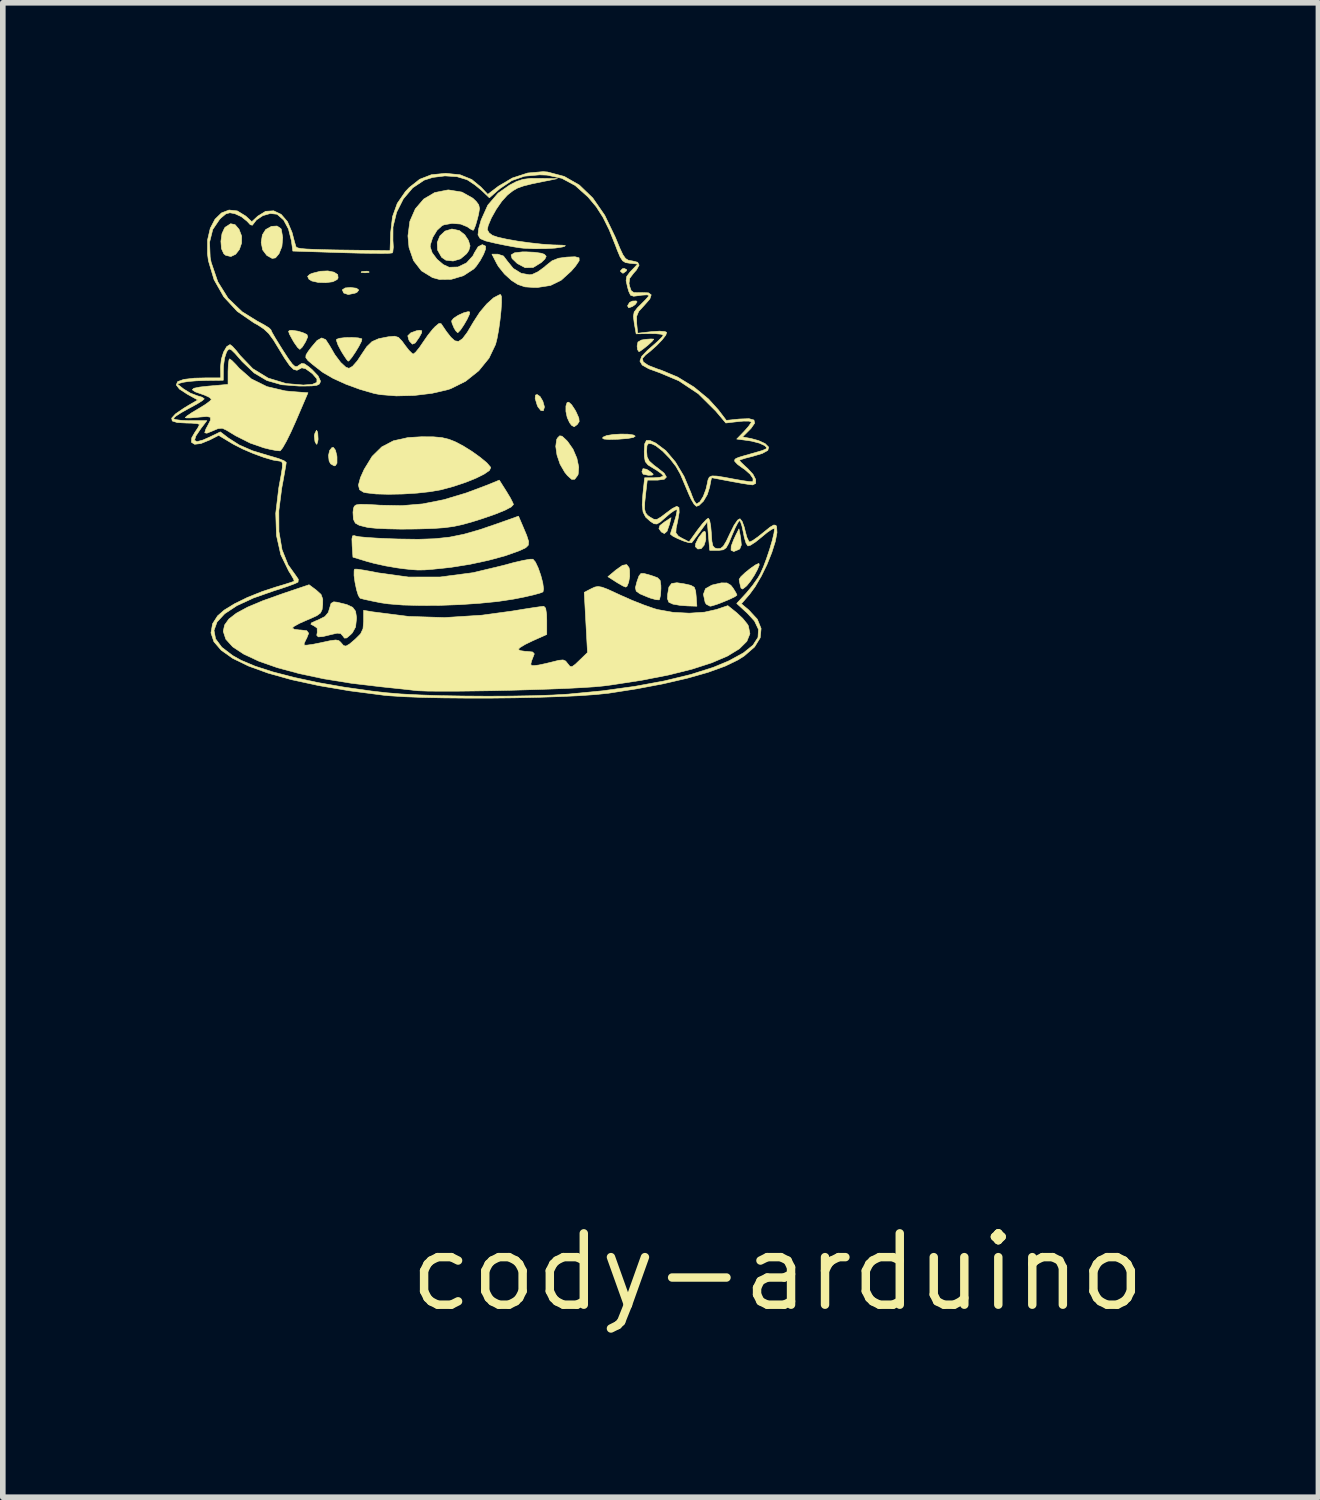
<source format=kicad_pcb>
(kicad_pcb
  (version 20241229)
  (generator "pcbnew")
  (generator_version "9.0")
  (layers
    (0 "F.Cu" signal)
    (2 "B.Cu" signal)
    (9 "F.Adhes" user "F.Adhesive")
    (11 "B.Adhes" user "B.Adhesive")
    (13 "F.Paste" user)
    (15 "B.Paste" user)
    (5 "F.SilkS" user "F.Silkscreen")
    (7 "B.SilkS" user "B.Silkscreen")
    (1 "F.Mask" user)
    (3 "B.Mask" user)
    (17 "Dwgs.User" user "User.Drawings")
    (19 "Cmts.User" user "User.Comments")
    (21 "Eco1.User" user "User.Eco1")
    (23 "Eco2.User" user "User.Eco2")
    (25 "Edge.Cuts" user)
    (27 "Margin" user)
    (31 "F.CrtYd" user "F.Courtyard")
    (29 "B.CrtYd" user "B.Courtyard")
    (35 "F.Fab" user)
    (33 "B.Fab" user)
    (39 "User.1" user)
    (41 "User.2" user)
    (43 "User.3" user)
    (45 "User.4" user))
  (footprint "cody-arduino"
    (layer "F.Cu")
    (at 10.788 19.593)
    (property "Reference" "cody-arduino" (at 0 0 0) (layer "F.SilkS") (effects (font (size 1.27 1.27) (thickness 0.15))))
    (attr through_hole)
    (fp_poly (pts (xy -7.27 -17.808) (xy -7.269 -17.794) (xy -7.335 -17.788) (xy -7.345 -17.788) (xy -7.41 -17.794) (xy -7.404 -17.807) (xy -7.397 -17.809) (xy -7.305 -17.816) (xy -7.27 -17.808)) (stroke (width 0.01) (type solid)) (fill yes) (layer "F.SilkS"))
    (fp_poly (pts (xy -2.684 -17.844) (xy -2.688 -17.822) (xy -2.742 -17.782) (xy -2.754 -17.78) (xy -2.793 -17.812) (xy -2.794 -17.822) (xy -2.76 -17.859) (xy -2.728 -17.865) (xy -2.684 -17.844)) (stroke (width 0.01) (type solid)) (fill yes) (layer "F.SilkS"))
    (fp_poly (pts (xy -2.329 -14.29) (xy -2.262 -14.247) (xy -2.21 -14.202) (xy -2.228 -14.186) (xy -2.297 -14.183) (xy -2.39 -14.202) (xy -2.413 -14.245) (xy -2.393 -14.302) (xy -2.329 -14.29)) (stroke (width 0.01) (type solid)) (fill yes) (layer "F.SilkS"))
    (fp_poly (pts (xy -7.493 -17.513) (xy -7.452 -17.481) (xy -7.483 -17.441) (xy -7.518 -17.425) (xy -7.639 -17.4) (xy -7.719 -17.427) (xy -7.746 -17.484) (xy -7.694 -17.518) (xy -7.599 -17.526) (xy -7.493 -17.513)) (stroke (width 0.01) (type solid)) (fill yes) (layer "F.SilkS"))
    (fp_poly (pts (xy -2.498 -17.27) (xy -2.531 -17.223) (xy -2.582 -17.187) (xy -2.648 -17.164) (xy -2.667 -17.197) (xy -2.667 -17.202) (xy -2.632 -17.26) (xy -2.582 -17.284) (xy -2.515 -17.287) (xy -2.498 -17.27)) (stroke (width 0.01) (type solid)) (fill yes) (layer "F.SilkS"))
    (fp_poly (pts (xy -1.923 -13.308) (xy -1.965 -13.187) (xy -2.013 -13.146) (xy -2.066 -13.174) (xy -2.11 -13.235) (xy -2.093 -13.288) (xy -2.007 -13.355) (xy -2.005 -13.356) (xy -1.893 -13.429) (xy -1.923 -13.308)) (stroke (width 0.01) (type solid)) (fill yes) (layer "F.SilkS"))
    (fp_poly (pts (xy -8.188 -14.958) (xy -8.182 -14.933) (xy -8.176 -14.825) (xy -8.182 -14.785) (xy -8.199 -14.733) (xy -8.221 -14.76) (xy -8.232 -14.785) (xy -8.244 -14.886) (xy -8.232 -14.933) (xy -8.204 -14.985) (xy -8.188 -14.958)) (stroke (width 0.01) (type solid)) (fill yes) (layer "F.SilkS"))
    (fp_poly (pts (xy -0.654 -13.066) (xy -0.643 -12.942) (xy -0.669 -12.876) (xy -0.682 -12.865) (xy -0.777 -12.826) (xy -0.826 -12.85) (xy -0.823 -12.922) (xy -0.78 -13.035) (xy -0.739 -13.123) (xy -0.685 -13.229) (xy -0.654 -13.066)) (stroke (width 0.01) (type solid)) (fill yes) (layer "F.SilkS"))
    (fp_poly (pts (xy -4.225 -15.585) (xy -4.176 -15.502) (xy -4.149 -15.407) (xy -4.149 -15.391) (xy -4.168 -15.331) (xy -4.212 -15.337) (xy -4.263 -15.401) (xy -4.277 -15.433) (xy -4.313 -15.553) (xy -4.306 -15.611) (xy -4.277 -15.621) (xy -4.225 -15.585)) (stroke (width 0.01) (type solid)) (fill yes) (layer "F.SilkS"))
    (fp_poly (pts (xy -1.277 -13.151) (xy -1.275 -13.034) (xy -1.306 -12.937) (xy -1.358 -12.877) (xy -1.418 -12.871) (xy -1.461 -12.912) (xy -1.455 -12.97) (xy -1.409 -13.063) (xy -1.39 -13.091) (xy -1.326 -13.173) (xy -1.292 -13.188) (xy -1.277 -13.151)) (stroke (width 0.01) (type solid)) (fill yes) (layer "F.SilkS"))
    (fp_poly (pts (xy -7.867 -14.629) (xy -7.842 -14.53) (xy -7.84 -14.506) (xy -7.84 -14.398) (xy -7.87 -14.354) (xy -7.89 -14.351) (xy -7.952 -14.386) (xy -7.98 -14.436) (xy -7.991 -14.535) (xy -7.971 -14.625) (xy -7.929 -14.677) (xy -7.902 -14.678) (xy -7.867 -14.629)) (stroke (width 0.01) (type solid)) (fill yes) (layer "F.SilkS"))
    (fp_poly (pts (xy -6.33 -16.756) (xy -6.333 -16.719) (xy -6.378 -16.637) (xy -6.446 -16.539) (xy -6.498 -16.517) (xy -6.547 -16.568) (xy -6.561 -16.593) (xy -6.58 -16.666) (xy -6.528 -16.717) (xy -6.523 -16.72) (xy -6.424 -16.756) (xy -6.372 -16.764) (xy -6.33 -16.756)) (stroke (width 0.01) (type solid)) (fill yes) (layer "F.SilkS"))
    (fp_poly (pts (xy -2.642 -12.54) (xy -2.632 -12.491) (xy -2.63 -12.385) (xy -2.648 -12.28) (xy -2.678 -12.207) (xy -2.7 -12.193) (xy -2.752 -12.214) (xy -2.844 -12.267) (xy -2.874 -12.286) (xy -3.018 -12.378) (xy -2.876 -12.497) (xy -2.759 -12.58) (xy -2.684 -12.594) (xy -2.642 -12.54)) (stroke (width 0.01) (type solid)) (fill yes) (layer "F.SilkS"))
    (fp_poly (pts (xy -2.203 -16.607) (xy -2.201 -16.605) (xy -2.231 -16.567) (xy -2.301 -16.503) (xy -2.383 -16.437) (xy -2.448 -16.391) (xy -2.466 -16.384) (xy -2.49 -16.419) (xy -2.498 -16.484) (xy -2.483 -16.555) (xy -2.423 -16.59) (xy -2.349 -16.603) (xy -2.252 -16.61) (xy -2.203 -16.607)) (stroke (width 0.01) (type solid)) (fill yes) (layer "F.SilkS"))
    (fp_poly (pts (xy -7.894 -17.799) (xy -7.827 -17.756) (xy -7.82 -17.695) (xy -7.838 -17.667) (xy -7.914 -17.628) (xy -8.038 -17.612) (xy -8.174 -17.616) (xy -8.289 -17.642) (xy -8.339 -17.673) (xy -8.363 -17.724) (xy -8.322 -17.761) (xy -8.278 -17.779) (xy -8.136 -17.815) (xy -8.003 -17.821) (xy -7.894 -17.799)) (stroke (width 0.01) (type solid)) (fill yes) (layer "F.SilkS"))
    (fp_poly (pts (xy -4.327 -18.153) (xy -4.205 -18.136) (xy -4.149 -18.117) (xy -4.116 -18.081) (xy -4.139 -18.033) (xy -4.204 -17.97) (xy -4.348 -17.882) (xy -4.49 -17.878) (xy -4.63 -17.952) (xy -4.724 -18.042) (xy -4.741 -18.105) (xy -4.68 -18.143) (xy -4.539 -18.16) (xy -4.477 -18.16) (xy -4.327 -18.153)) (stroke (width 0.01) (type solid)) (fill yes) (layer "F.SilkS"))
    (fp_poly (pts (xy -2.661 -14.915) (xy -2.565 -14.901) (xy -2.531 -14.88) (xy -2.564 -14.857) (xy -2.666 -14.838) (xy -2.822 -14.826) (xy -2.836 -14.825) (xy -2.999 -14.821) (xy -3.088 -14.828) (xy -3.114 -14.845) (xy -3.103 -14.863) (xy -3.038 -14.891) (xy -2.924 -14.909) (xy -2.79 -14.917) (xy -2.661 -14.915)) (stroke (width 0.01) (type solid)) (fill yes) (layer "F.SilkS"))
    (fp_poly (pts (xy -9.655 -18.645) (xy -9.584 -18.563) (xy -9.537 -18.441) (xy -9.538 -18.316) (xy -9.577 -18.202) (xy -9.644 -18.117) (xy -9.728 -18.077) (xy -9.82 -18.098) (xy -9.855 -18.127) (xy -9.896 -18.217) (xy -9.906 -18.349) (xy -9.887 -18.484) (xy -9.841 -18.585) (xy -9.829 -18.599) (xy -9.733 -18.661) (xy -9.655 -18.645)) (stroke (width 0.01) (type solid)) (fill yes) (layer "F.SilkS"))
    (fp_poly (pts (xy -5.661 -18.539) (xy -5.565 -18.463) (xy -5.5 -18.364) (xy -5.471 -18.266) (xy -5.493 -18.186) (xy -5.533 -18.127) (xy -5.641 -18.036) (xy -5.773 -17.997) (xy -5.902 -18.012) (xy -5.978 -18.064) (xy -6.05 -18.193) (xy -6.056 -18.326) (xy -6.008 -18.444) (xy -5.917 -18.53) (xy -5.795 -18.567) (xy -5.661 -18.539)) (stroke (width 0.01) (type solid)) (fill yes) (layer "F.SilkS"))
    (fp_poly (pts (xy -5.477 -17.09) (xy -5.484 -17.045) (xy -5.524 -16.959) (xy -5.582 -16.859) (xy -5.641 -16.771) (xy -5.686 -16.724) (xy -5.693 -16.722) (xy -5.725 -16.754) (xy -5.756 -16.804) (xy -5.792 -16.89) (xy -5.8 -16.931) (xy -5.765 -16.977) (xy -5.684 -17.03) (xy -5.586 -17.075) (xy -5.505 -17.096) (xy -5.477 -17.09)) (stroke (width 0.01) (type solid)) (fill yes) (layer "F.SilkS"))
    (fp_poly (pts (xy -3.664 -15.439) (xy -3.602 -15.345) (xy -3.582 -15.308) (xy -3.535 -15.202) (xy -3.529 -15.139) (xy -3.561 -15.09) (xy -3.567 -15.084) (xy -3.618 -15.047) (xy -3.663 -15.071) (xy -3.699 -15.118) (xy -3.742 -15.211) (xy -3.765 -15.319) (xy -3.765 -15.416) (xy -3.744 -15.478) (xy -3.715 -15.485) (xy -3.664 -15.439)) (stroke (width 0.01) (type solid)) (fill yes) (layer "F.SilkS"))
    (fp_poly (pts (xy -8.838 -18.574) (xy -8.831 -18.56) (xy -8.806 -18.415) (xy -8.82 -18.256) (xy -8.871 -18.129) (xy -8.871 -18.128) (xy -8.934 -18.053) (xy -8.993 -18.043) (xy -9.08 -18.091) (xy -9.092 -18.1) (xy -9.163 -18.195) (xy -9.189 -18.328) (xy -9.168 -18.463) (xy -9.109 -18.557) (xy -9.007 -18.614) (xy -8.907 -18.62) (xy -8.838 -18.574)) (stroke (width 0.01) (type solid)) (fill yes) (layer "F.SilkS"))
    (fp_poly (pts (xy -8.537 -16.749) (xy -8.447 -16.722) (xy -8.375 -16.689) (xy -8.361 -16.647) (xy -8.396 -16.566) (xy -8.403 -16.553) (xy -8.456 -16.467) (xy -8.499 -16.426) (xy -8.502 -16.425) (xy -8.541 -16.459) (xy -8.601 -16.544) (xy -8.631 -16.595) (xy -8.687 -16.698) (xy -8.702 -16.747) (xy -8.677 -16.763) (xy -8.641 -16.764) (xy -8.537 -16.749)) (stroke (width 0.01) (type solid)) (fill yes) (layer "F.SilkS"))
    (fp_poly (pts (xy -1.663 -12.252) (xy -1.542 -12.225) (xy -1.48 -12.19) (xy -1.456 -12.123) (xy -1.447 -12.033) (xy -1.434 -11.853) (xy -1.596 -11.858) (xy -1.734 -11.868) (xy -1.854 -11.889) (xy -1.863 -11.891) (xy -1.934 -11.924) (xy -1.958 -11.987) (xy -1.954 -12.067) (xy -1.932 -12.193) (xy -1.884 -12.257) (xy -1.79 -12.271) (xy -1.663 -12.252)) (stroke (width 0.01) (type solid)) (fill yes) (layer "F.SilkS"))
    (fp_poly (pts (xy -0.324 -12.585) (xy -0.355 -12.508) (xy -0.41 -12.406) (xy -0.477 -12.303) (xy -0.544 -12.22) (xy -0.561 -12.204) (xy -0.62 -12.158) (xy -0.648 -12.174) (xy -0.66 -12.216) (xy -0.678 -12.3) (xy -0.682 -12.332) (xy -0.651 -12.378) (xy -0.575 -12.45) (xy -0.479 -12.527) (xy -0.389 -12.589) (xy -0.331 -12.615) (xy -0.33 -12.615) (xy -0.324 -12.585)) (stroke (width 0.01) (type solid)) (fill yes) (layer "F.SilkS"))
    (fp_poly (pts (xy -7.462 -16.629) (xy -7.398 -16.612) (xy -7.396 -16.61) (xy -7.405 -16.567) (xy -7.448 -16.482) (xy -7.51 -16.379) (xy -7.574 -16.284) (xy -7.625 -16.223) (xy -7.641 -16.214) (xy -7.67 -16.247) (xy -7.726 -16.331) (xy -7.763 -16.391) (xy -7.821 -16.501) (xy -7.849 -16.581) (xy -7.848 -16.603) (xy -7.797 -16.622) (xy -7.693 -16.634) (xy -7.571 -16.636) (xy -7.462 -16.629)) (stroke (width 0.01) (type solid)) (fill yes) (layer "F.SilkS"))
    (fp_poly (pts (xy -3.834 -14.879) (xy -3.767 -14.818) (xy -3.735 -14.785) (xy -3.639 -14.648) (xy -3.57 -14.487) (xy -3.537 -14.329) (xy -3.547 -14.202) (xy -3.557 -14.181) (xy -3.608 -14.113) (xy -3.663 -14.111) (xy -3.738 -14.178) (xy -3.787 -14.239) (xy -3.869 -14.381) (xy -3.924 -14.543) (xy -3.946 -14.698) (xy -3.93 -14.819) (xy -3.915 -14.847) (xy -3.876 -14.886) (xy -3.834 -14.879)) (stroke (width 0.01) (type solid)) (fill yes) (layer "F.SilkS"))
    (fp_poly (pts (xy -0.899 -12.267) (xy -0.83 -12.226) (xy -0.788 -12.172) (xy -0.739 -12.092) (xy -0.72 -12.051) (xy -0.755 -12.024) (xy -0.845 -11.98) (xy -0.961 -11.931) (xy -1.078 -11.886) (xy -1.169 -11.858) (xy -1.199 -11.853) (xy -1.266 -11.888) (xy -1.287 -11.92) (xy -1.318 -12.065) (xy -1.281 -12.165) (xy -1.17 -12.227) (xy -1.154 -12.232) (xy -0.999 -12.268) (xy -0.899 -12.267)) (stroke (width 0.01) (type solid)) (fill yes) (layer "F.SilkS"))
    (fp_poly (pts (xy -2.254 -12.402) (xy -2.238 -12.397) (xy -2.135 -12.36) (xy -2.088 -12.312) (xy -2.075 -12.223) (xy -2.074 -12.167) (xy -2.081 -12.051) (xy -2.098 -11.977) (xy -2.106 -11.966) (xy -2.161 -11.969) (xy -2.264 -11.998) (xy -2.314 -12.017) (xy -2.447 -12.073) (xy -2.514 -12.121) (xy -2.528 -12.183) (xy -2.504 -12.278) (xy -2.499 -12.295) (xy -2.465 -12.391) (xy -2.431 -12.434) (xy -2.369 -12.434) (xy -2.254 -12.402)) (stroke (width 0.01) (type solid)) (fill yes) (layer "F.SilkS"))
    (fp_poly (pts (xy -4.876 -18.086) (xy -4.805 -17.992) (xy -4.702 -17.865) (xy -4.562 -17.779) (xy -4.414 -17.752) (xy -4.366 -17.758) (xy -4.265 -17.805) (xy -4.15 -17.888) (xy -4.118 -17.917) (xy -4.012 -18.001) (xy -3.896 -18.047) (xy -3.748 -18.067) (xy -3.603 -18.073) (xy -3.531 -18.054) (xy -3.529 -18.002) (xy -3.593 -17.907) (xy -3.672 -17.816) (xy -3.85 -17.655) (xy -4.039 -17.562) (xy -4.267 -17.527) (xy -4.331 -17.526) (xy -4.494 -17.537) (xy -4.621 -17.58) (xy -4.734 -17.652) (xy -4.859 -17.766) (xy -4.967 -17.901) (xy -4.995 -17.949) (xy -5.082 -18.119) (xy -4.976 -18.119) (xy -4.876 -18.086)) (stroke (width 0.01) (type solid)) (fill yes) (layer "F.SilkS"))
    (fp_poly (pts (xy -7.836 -11.924) (xy -7.665 -11.882) (xy -7.561 -11.833) (xy -7.509 -11.763) (xy -7.493 -11.657) (xy -7.493 -11.629) (xy -7.509 -11.483) (xy -7.565 -11.38) (xy -7.595 -11.349) (xy -7.667 -11.288) (xy -7.707 -11.285) (xy -7.736 -11.324) (xy -7.774 -11.367) (xy -7.838 -11.373) (xy -7.941 -11.349) (xy -8.09 -11.313) (xy -8.172 -11.307) (xy -8.2 -11.335) (xy -8.191 -11.388) (xy -8.193 -11.464) (xy -8.256 -11.507) (xy -8.305 -11.531) (xy -8.296 -11.555) (xy -8.219 -11.591) (xy -8.174 -11.609) (xy -8.055 -11.669) (xy -7.995 -11.741) (xy -7.973 -11.812) (xy -7.946 -11.903) (xy -7.898 -11.931) (xy -7.836 -11.924)) (stroke (width 0.01) (type solid)) (fill yes) (layer "F.SilkS"))
    (fp_poly (pts (xy -6.126 -14.868) (xy -5.971 -14.854) (xy -5.845 -14.823) (xy -5.74 -14.782) (xy -5.593 -14.705) (xy -5.436 -14.607) (xy -5.29 -14.502) (xy -5.173 -14.405) (xy -5.108 -14.33) (xy -5.103 -14.32) (xy -5.126 -14.27) (xy -5.218 -14.206) (xy -5.363 -14.133) (xy -5.549 -14.058) (xy -5.761 -13.987) (xy -5.981 -13.927) (xy -6.176 -13.892) (xy -6.413 -13.866) (xy -6.67 -13.85) (xy -6.922 -13.845) (xy -7.146 -13.851) (xy -7.318 -13.871) (xy -7.366 -13.881) (xy -7.438 -13.926) (xy -7.458 -14.009) (xy -7.423 -14.14) (xy -7.357 -14.287) (xy -7.214 -14.521) (xy -7.044 -14.688) (xy -6.836 -14.797) (xy -6.575 -14.855) (xy -6.336 -14.869) (xy -6.126 -14.868)) (stroke (width 0.01) (type solid)) (fill yes) (layer "F.SilkS"))
    (fp_poly (pts (xy -4.825 -13.898) (xy -4.755 -13.782) (xy -4.71 -13.694) (xy -4.699 -13.663) (xy -4.739 -13.62) (xy -4.851 -13.561) (xy -5.027 -13.49) (xy -5.258 -13.41) (xy -5.44 -13.353) (xy -5.609 -13.306) (xy -5.762 -13.273) (xy -5.924 -13.251) (xy -6.117 -13.237) (xy -6.363 -13.229) (xy -6.456 -13.227) (xy -6.7 -13.225) (xy -6.933 -13.23) (xy -7.133 -13.239) (xy -7.278 -13.253) (xy -7.309 -13.259) (xy -7.442 -13.292) (xy -7.513 -13.332) (xy -7.544 -13.393) (xy -7.548 -13.408) (xy -7.555 -13.525) (xy -7.546 -13.596) (xy -7.531 -13.633) (xy -7.499 -13.656) (xy -7.435 -13.666) (xy -7.324 -13.665) (xy -7.148 -13.656) (xy -7.074 -13.651) (xy -6.686 -13.643) (xy -6.315 -13.674) (xy -5.938 -13.749) (xy -5.536 -13.87) (xy -5.174 -14.006) (xy -4.951 -14.097) (xy -4.825 -13.898)) (stroke (width 0.01) (type solid)) (fill yes) (layer "F.SilkS"))
    (fp_poly (pts (xy -4.533 -13.279) (xy -4.463 -13.113) (xy -4.429 -13.006) (xy -4.434 -12.94) (xy -4.48 -12.894) (xy -4.57 -12.851) (xy -4.603 -12.837) (xy -4.844 -12.751) (xy -5.143 -12.67) (xy -5.472 -12.599) (xy -5.804 -12.546) (xy -5.927 -12.532) (xy -6.132 -12.511) (xy -6.28 -12.499) (xy -6.4 -12.497) (xy -6.519 -12.505) (xy -6.664 -12.521) (xy -6.773 -12.536) (xy -6.972 -12.57) (xy -7.185 -12.617) (xy -7.303 -12.649) (xy -7.556 -12.726) (xy -7.57 -12.93) (xy -7.574 -13.051) (xy -7.563 -13.105) (xy -7.53 -13.11) (xy -7.506 -13.101) (xy -7.439 -13.089) (xy -7.304 -13.076) (xy -7.116 -13.064) (xy -6.893 -13.054) (xy -6.745 -13.049) (xy -6.393 -13.044) (xy -6.099 -13.054) (xy -5.837 -13.082) (xy -5.581 -13.134) (xy -5.305 -13.213) (xy -5.003 -13.316) (xy -4.609 -13.456) (xy -4.533 -13.279)) (stroke (width 0.01) (type solid)) (fill yes) (layer "F.SilkS"))
    (fp_poly (pts (xy -4.308 -12.639) (xy -4.258 -12.533) (xy -4.212 -12.401) (xy -4.177 -12.268) (xy -4.163 -12.161) (xy -4.173 -12.108) (xy -4.228 -12.086) (xy -4.349 -12.053) (xy -4.516 -12.015) (xy -4.699 -11.979) (xy -4.977 -11.937) (xy -5.301 -11.905) (xy -5.652 -11.881) (xy -6.01 -11.868) (xy -6.355 -11.866) (xy -6.669 -11.874) (xy -6.93 -11.895) (xy -7.061 -11.914) (xy -7.22 -11.946) (xy -7.35 -11.974) (xy -7.425 -11.994) (xy -7.428 -11.995) (xy -7.46 -12.044) (xy -7.492 -12.147) (xy -7.519 -12.276) (xy -7.536 -12.399) (xy -7.535 -12.488) (xy -7.526 -12.512) (xy -7.479 -12.512) (xy -7.369 -12.496) (xy -7.213 -12.468) (xy -7.108 -12.447) (xy -6.567 -12.372) (xy -6.005 -12.373) (xy -5.417 -12.45) (xy -4.884 -12.578) (xy -4.692 -12.63) (xy -4.527 -12.668) (xy -4.407 -12.689) (xy -4.352 -12.69) (xy -4.308 -12.639)) (stroke (width 0.01) (type solid)) (fill yes) (layer "F.SilkS"))
    (fp_poly (pts (xy -3.916 -19.463) (xy -4.17 -19.412) (xy -4.378 -19.369) (xy -4.524 -19.332) (xy -4.627 -19.295) (xy -4.709 -19.248) (xy -4.789 -19.185) (xy -4.811 -19.166) (xy -4.907 -19.06) (xy -5.006 -18.917) (xy -5.092 -18.764) (xy -5.149 -18.628) (xy -5.164 -18.554) (xy -5.131 -18.497) (xy -5.072 -18.453) (xy -4.978 -18.421) (xy -4.821 -18.386) (xy -4.623 -18.351) (xy -4.405 -18.321) (xy -4.189 -18.297) (xy -3.997 -18.284) (xy -3.958 -18.283) (xy -3.827 -18.279) (xy -3.774 -18.271) (xy -3.791 -18.257) (xy -3.831 -18.246) (xy -3.958 -18.227) (xy -4.136 -18.217) (xy -4.335 -18.216) (xy -4.521 -18.225) (xy -4.593 -18.233) (xy -4.698 -18.25) (xy -4.853 -18.279) (xy -5.024 -18.314) (xy -5.027 -18.315) (xy -5.195 -18.355) (xy -5.292 -18.397) (xy -5.33 -18.462) (xy -5.319 -18.569) (xy -5.274 -18.728) (xy -5.156 -18.991) (xy -4.972 -19.205) (xy -4.77 -19.347) (xy -4.642 -19.414) (xy -4.529 -19.451) (xy -4.398 -19.467) (xy -4.233 -19.468) (xy -3.916 -19.463)) (stroke (width 0.01) (type solid)) (fill yes) (layer "F.SilkS"))
    (fp_poly (pts (xy -5.616 -19.224) (xy -5.422 -19.115) (xy -5.361 -19.057) (xy -5.317 -18.997) (xy -5.303 -18.932) (xy -5.319 -18.832) (xy -5.338 -18.756) (xy -5.372 -18.636) (xy -5.403 -18.559) (xy -5.416 -18.543) (xy -5.465 -18.567) (xy -5.522 -18.607) (xy -5.64 -18.655) (xy -5.792 -18.667) (xy -5.936 -18.641) (xy -5.971 -18.625) (xy -6.059 -18.544) (xy -6.136 -18.417) (xy -6.178 -18.286) (xy -6.181 -18.251) (xy -6.146 -18.144) (xy -6.06 -18.029) (xy -5.947 -17.933) (xy -5.844 -17.886) (xy -5.685 -17.891) (xy -5.534 -17.964) (xy -5.419 -18.091) (xy -5.394 -18.143) (xy -5.327 -18.252) (xy -5.253 -18.289) (xy -5.195 -18.262) (xy -5.195 -18.209) (xy -5.232 -18.114) (xy -5.292 -18.004) (xy -5.362 -17.903) (xy -5.405 -17.856) (xy -5.589 -17.736) (xy -5.803 -17.672) (xy -6.017 -17.669) (xy -6.138 -17.701) (xy -6.336 -17.822) (xy -6.477 -18.004) (xy -6.558 -18.238) (xy -6.577 -18.444) (xy -6.543 -18.703) (xy -6.446 -18.925) (xy -6.296 -19.1) (xy -6.102 -19.215) (xy -5.874 -19.261) (xy -5.851 -19.262) (xy -5.616 -19.224)) (stroke (width 0.01) (type solid)) (fill yes) (layer "F.SilkS"))
    (fp_poly (pts (xy -9.71 -16.226) (xy -9.636 -16.151) (xy -9.581 -16.089) (xy -9.363 -15.898) (xy -9.087 -15.762) (xy -8.764 -15.686) (xy -8.669 -15.676) (xy -8.356 -15.652) (xy -8.576 -15.139) (xy -8.662 -14.948) (xy -8.741 -14.788) (xy -8.806 -14.674) (xy -8.849 -14.62) (xy -8.854 -14.618) (xy -8.924 -14.624) (xy -9.045 -14.648) (xy -9.142 -14.672) (xy -9.384 -14.756) (xy -9.639 -14.884) (xy -9.809 -14.987) (xy -9.882 -15.021) (xy -9.957 -15.014) (xy -10.052 -14.974) (xy -10.156 -14.932) (xy -10.194 -14.94) (xy -10.174 -15.006) (xy -10.139 -15.071) (xy -10.091 -15.165) (xy -10.093 -15.216) (xy -10.156 -15.23) (xy -10.289 -15.219) (xy -10.308 -15.217) (xy -10.435 -15.205) (xy -10.52 -15.204) (xy -10.541 -15.211) (xy -10.507 -15.242) (xy -10.419 -15.301) (xy -10.308 -15.367) (xy -10.187 -15.441) (xy -10.103 -15.503) (xy -10.075 -15.536) (xy -10.112 -15.571) (xy -10.202 -15.612) (xy -10.234 -15.623) (xy -10.363 -15.669) (xy -10.415 -15.705) (xy -10.388 -15.732) (xy -10.281 -15.754) (xy -10.123 -15.771) (xy -9.779 -15.801) (xy -9.779 -16.029) (xy -9.774 -16.154) (xy -9.762 -16.237) (xy -9.751 -16.256) (xy -9.71 -16.226)) (stroke (width 0.01) (type solid)) (fill yes) (layer "F.SilkS"))
    (fp_poly (pts (xy -4.912 -17.361) (xy -4.911 -17.259) (xy -4.92 -17.114) (xy -4.938 -16.945) (xy -4.962 -16.772) (xy -4.991 -16.616) (xy -5.017 -16.513) (xy -5.134 -16.268) (xy -5.317 -16.043) (xy -5.55 -15.857) (xy -5.815 -15.725) (xy -5.866 -15.708) (xy -6.15 -15.642) (xy -6.466 -15.604) (xy -6.784 -15.596) (xy -7.069 -15.619) (xy -7.176 -15.639) (xy -7.426 -15.711) (xy -7.678 -15.803) (xy -7.907 -15.907) (xy -8.085 -16.01) (xy -8.123 -16.038) (xy -8.268 -16.151) (xy -8.356 -16.225) (xy -8.395 -16.278) (xy -8.391 -16.326) (xy -8.352 -16.388) (xy -8.299 -16.459) (xy -8.195 -16.582) (xy -8.112 -16.628) (xy -8.041 -16.598) (xy -7.976 -16.499) (xy -7.877 -16.329) (xy -7.775 -16.193) (xy -7.683 -16.108) (xy -7.627 -16.087) (xy -7.563 -16.123) (xy -7.477 -16.221) (xy -7.41 -16.323) (xy -7.31 -16.472) (xy -7.216 -16.563) (xy -7.097 -16.615) (xy -6.925 -16.649) (xy -6.921 -16.649) (xy -6.815 -16.659) (xy -6.746 -16.638) (xy -6.681 -16.57) (xy -6.636 -16.507) (xy -6.561 -16.41) (xy -6.5 -16.35) (xy -6.482 -16.341) (xy -6.44 -16.374) (xy -6.371 -16.459) (xy -6.312 -16.546) (xy -6.222 -16.676) (xy -6.134 -16.786) (xy -6.09 -16.832) (xy -6.024 -16.886) (xy -5.987 -16.882) (xy -5.953 -16.832) (xy -5.892 -16.742) (xy -5.813 -16.641) (xy -5.743 -16.577) (xy -5.677 -16.566) (xy -5.606 -16.614) (xy -5.52 -16.728) (xy -5.41 -16.913) (xy -5.409 -16.915) (xy -5.298 -17.086) (xy -5.174 -17.233) (xy -5.053 -17.342) (xy -4.95 -17.396) (xy -4.926 -17.399) (xy -4.912 -17.361)) (stroke (width 0.01) (type solid)) (fill yes) (layer "F.SilkS"))
    (fp_poly (pts (xy -8.209 -12.14) (xy -8.124 -12.063) (xy -8.093 -11.978) (xy -8.094 -11.881) (xy -8.105 -11.792) (xy -8.134 -11.732) (xy -8.199 -11.684) (xy -8.318 -11.63) (xy -8.371 -11.608) (xy -8.505 -11.549) (xy -8.6 -11.497) (xy -8.636 -11.465) (xy -8.636 -11.465) (xy -8.599 -11.442) (xy -8.507 -11.43) (xy -8.488 -11.43) (xy -8.378 -11.417) (xy -8.344 -11.372) (xy -8.379 -11.282) (xy -8.391 -11.262) (xy -8.424 -11.191) (xy -8.423 -11.16) (xy -8.375 -11.16) (xy -8.267 -11.175) (xy -8.122 -11.204) (xy -8.111 -11.207) (xy -7.956 -11.24) (xy -7.862 -11.252) (xy -7.809 -11.242) (xy -7.774 -11.212) (xy -7.767 -11.203) (xy -7.723 -11.152) (xy -7.68 -11.143) (xy -7.616 -11.18) (xy -7.516 -11.265) (xy -7.42 -11.361) (xy -7.377 -11.452) (xy -7.366 -11.58) (xy -7.366 -11.588) (xy -7.366 -11.78) (xy -7.207 -11.753) (xy -6.564 -11.671) (xy -5.923 -11.651) (xy -5.262 -11.693) (xy -4.72 -11.767) (xy -4.519 -11.8) (xy -4.346 -11.827) (xy -4.22 -11.845) (xy -4.159 -11.852) (xy -4.159 -11.852) (xy -4.126 -11.818) (xy -4.109 -11.709) (xy -4.106 -11.602) (xy -4.106 -11.35) (xy -4.36 -11.236) (xy -4.49 -11.173) (xy -4.581 -11.118) (xy -4.614 -11.086) (xy -4.577 -11.062) (xy -4.485 -11.049) (xy -4.462 -11.049) (xy -4.357 -11.038) (xy -4.328 -11.005) (xy -4.331 -10.996) (xy -4.377 -10.878) (xy -4.391 -10.819) (xy -4.374 -10.798) (xy -4.333 -10.796) (xy -4.249 -10.806) (xy -4.119 -10.834) (xy -4.024 -10.857) (xy -3.892 -10.89) (xy -3.816 -10.897) (xy -3.77 -10.877) (xy -3.734 -10.832) (xy -3.694 -10.783) (xy -3.656 -10.777) (xy -3.597 -10.82) (xy -3.527 -10.887) (xy -3.381 -11.028) (xy -3.41 -11.564) (xy -3.439 -12.1) (xy -3.311 -12.166) (xy -3.25 -12.194) (xy -3.193 -12.204) (xy -3.122 -12.192) (xy -3.019 -12.153) (xy -2.865 -12.082) (xy -2.787 -12.046) (xy -2.586 -11.957) (xy -2.378 -11.875) (xy -2.198 -11.812) (xy -2.132 -11.793) (xy -1.859 -11.744) (xy -1.57 -11.729) (xy -1.298 -11.747) (xy -1.084 -11.795) (xy -0.883 -11.863) (xy -0.727 -11.738) (xy -0.619 -11.637) (xy -0.535 -11.533) (xy -0.517 -11.501) (xy -0.49 -11.363) (xy -0.545 -11.227) (xy -0.679 -11.094) (xy -0.887 -10.967) (xy -1.169 -10.846) (xy -1.519 -10.733) (xy -1.936 -10.629) (xy -2.416 -10.535) (xy -2.955 -10.452) (xy -3.111 -10.432) (xy -3.262 -10.418) (xy -3.478 -10.404) (xy -3.747 -10.39) (xy -4.054 -10.378) (xy -4.388 -10.367) (xy -4.736 -10.357) (xy -5.085 -10.349) (xy -5.422 -10.344) (xy -5.733 -10.34) (xy -6.008 -10.34) (xy -6.231 -10.342) (xy -6.392 -10.348) (xy -6.456 -10.354) (xy -6.55 -10.365) (xy -6.705 -10.382) (xy -6.896 -10.402) (xy -7.048 -10.418) (xy -7.581 -10.481) (xy -8.071 -10.56) (xy -8.513 -10.654) (xy -8.902 -10.759) (xy -9.232 -10.875) (xy -9.498 -10.999) (xy -9.696 -11.13) (xy -9.819 -11.266) (xy -9.864 -11.404) (xy -9.864 -11.409) (xy -9.84 -11.519) (xy -9.765 -11.624) (xy -9.631 -11.728) (xy -9.434 -11.835) (xy -9.166 -11.948) (xy -8.822 -12.071) (xy -8.793 -12.081) (xy -8.337 -12.235) (xy -8.209 -12.14)) (stroke (width 0.01) (type solid)) (fill yes) (layer "F.SilkS"))
    (fp_poly (pts (xy -4.094 -19.582) (xy -3.795 -19.503) (xy -3.526 -19.349) (xy -3.287 -19.119) (xy -3.074 -18.811) (xy -2.887 -18.423) (xy -2.876 -18.397) (xy -2.803 -18.22) (xy -2.75 -18.107) (xy -2.704 -18.042) (xy -2.656 -18.012) (xy -2.593 -18) (xy -2.589 -18) (xy -2.488 -17.975) (xy -2.462 -17.923) (xy -2.51 -17.837) (xy -2.56 -17.781) (xy -2.63 -17.689) (xy -2.642 -17.6) (xy -2.631 -17.547) (xy -2.603 -17.468) (xy -2.555 -17.435) (xy -2.459 -17.433) (xy -2.421 -17.435) (xy -2.296 -17.431) (xy -2.247 -17.395) (xy -2.271 -17.322) (xy -2.369 -17.21) (xy -2.382 -17.196) (xy -2.47 -17.1) (xy -2.506 -17.013) (xy -2.505 -16.896) (xy -2.505 -16.887) (xy -2.488 -16.712) (xy -2.242 -16.74) (xy -2.099 -16.749) (xy -2.001 -16.741) (xy -1.972 -16.727) (xy -1.987 -16.679) (xy -2.052 -16.595) (xy -2.151 -16.492) (xy -2.268 -16.388) (xy -2.346 -16.327) (xy -2.403 -16.263) (xy -2.389 -16.201) (xy -2.298 -16.139) (xy -2.128 -16.073) (xy -2.069 -16.054) (xy -1.777 -15.932) (xy -1.486 -15.754) (xy -1.226 -15.54) (xy -1.053 -15.349) (xy -0.91 -15.161) (xy -0.673 -15.185) (xy -0.506 -15.191) (xy -0.418 -15.167) (xy -0.406 -15.111) (xy -0.469 -15.02) (xy -0.499 -14.989) (xy -0.622 -14.866) (xy -0.47 -14.838) (xy -0.336 -14.801) (xy -0.223 -14.749) (xy -0.219 -14.747) (xy -0.156 -14.684) (xy -0.172 -14.626) (xy -0.27 -14.572) (xy -0.444 -14.52) (xy -0.57 -14.488) (xy -0.655 -14.461) (xy -0.677 -14.449) (xy -0.648 -14.414) (xy -0.575 -14.344) (xy -0.529 -14.303) (xy -0.436 -14.202) (xy -0.387 -14.108) (xy -0.387 -14.039) (xy -0.441 -14.012) (xy -0.509 -14.02) (xy -0.635 -14.04) (xy -0.795 -14.069) (xy -0.832 -14.076) (xy -0.988 -14.105) (xy -1.106 -14.128) (xy -1.167 -14.139) (xy -1.171 -14.139) (xy -1.182 -14.102) (xy -1.2 -14.01) (xy -1.206 -13.975) (xy -1.248 -13.841) (xy -1.317 -13.723) (xy -1.396 -13.647) (xy -1.443 -13.631) (xy -1.483 -13.667) (xy -1.537 -13.759) (xy -1.571 -13.832) (xy -1.639 -13.992) (xy -1.707 -14.153) (xy -1.728 -14.203) (xy -1.805 -14.339) (xy -1.917 -14.484) (xy -2.044 -14.614) (xy -2.165 -14.709) (xy -2.235 -14.742) (xy -2.296 -14.749) (xy -2.323 -14.711) (xy -2.328 -14.61) (xy -2.328 -14.609) (xy -2.32 -14.511) (xy -2.282 -14.437) (xy -2.196 -14.36) (xy -2.136 -14.316) (xy -2.016 -14.22) (xy -1.976 -14.152) (xy -2.015 -14.112) (xy -2.133 -14.097) (xy -2.156 -14.097) (xy -2.317 -14.097) (xy -2.343 -13.875) (xy -2.362 -13.699) (xy -2.365 -13.586) (xy -2.349 -13.517) (xy -2.31 -13.469) (xy -2.266 -13.438) (xy -2.199 -13.4) (xy -2.143 -13.399) (xy -2.071 -13.442) (xy -1.995 -13.5) (xy -1.871 -13.592) (xy -1.792 -13.631) (xy -1.753 -13.61) (xy -1.749 -13.524) (xy -1.776 -13.366) (xy -1.803 -13.243) (xy -1.808 -13.158) (xy -1.762 -13.099) (xy -1.701 -13.064) (xy -1.573 -12.998) (xy -1.422 -13.209) (xy -1.336 -13.32) (xy -1.265 -13.396) (xy -1.23 -13.42) (xy -1.207 -13.381) (xy -1.188 -13.281) (xy -1.177 -13.155) (xy -1.167 -13.009) (xy -1.149 -12.927) (xy -1.116 -12.89) (xy -1.068 -12.877) (xy -1.013 -12.881) (xy -0.964 -12.92) (xy -0.91 -13.01) (xy -0.846 -13.145) (xy -0.772 -13.294) (xy -0.709 -13.386) (xy -0.667 -13.41) (xy -0.628 -13.361) (xy -0.59 -13.258) (xy -0.575 -13.194) (xy -0.544 -13.079) (xy -0.509 -13.007) (xy -0.493 -12.996) (xy -0.44 -13.022) (xy -0.346 -13.088) (xy -0.246 -13.168) (xy -0.132 -13.26) (xy -0.065 -13.299) (xy -0.028 -13.293) (xy -0.015 -13.271) (xy -0.008 -13.163) (xy -0.039 -13.002) (xy -0.101 -12.807) (xy -0.186 -12.595) (xy -0.288 -12.387) (xy -0.398 -12.199) (xy -0.497 -12.064) (xy -0.642 -11.896) (xy -0.51 -11.785) (xy -0.358 -11.621) (xy -0.291 -11.456) (xy -0.307 -11.291) (xy -0.407 -11.128) (xy -0.591 -10.968) (xy -0.703 -10.897) (xy -0.932 -10.786) (xy -1.236 -10.676) (xy -1.606 -10.571) (xy -2.033 -10.472) (xy -2.508 -10.382) (xy -3.006 -10.304) (xy -3.229 -10.281) (xy -3.523 -10.26) (xy -3.872 -10.244) (xy -4.261 -10.231) (xy -4.677 -10.222) (xy -5.105 -10.217) (xy -5.53 -10.217) (xy -5.938 -10.221) (xy -6.313 -10.229) (xy -6.642 -10.242) (xy -6.91 -10.259) (xy -7.006 -10.268) (xy -7.616 -10.347) (xy -8.165 -10.44) (xy -8.649 -10.545) (xy -9.067 -10.662) (xy -9.417 -10.789) (xy -9.696 -10.925) (xy -9.901 -11.07) (xy -10.031 -11.221) (xy -10.083 -11.378) (xy -10.054 -11.541) (xy -9.965 -11.681) (xy -9.847 -11.784) (xy -9.664 -11.896) (xy -9.434 -12.009) (xy -9.174 -12.113) (xy -8.932 -12.193) (xy -8.781 -12.238) (xy -8.665 -12.275) (xy -8.605 -12.296) (xy -8.601 -12.298) (xy -8.614 -12.338) (xy -8.663 -12.423) (xy -8.699 -12.48) (xy -8.84 -12.769) (xy -8.917 -13.112) (xy -8.93 -13.507) (xy -8.877 -13.953) (xy -8.869 -13.998) (xy -8.833 -14.193) (xy -8.813 -14.32) (xy -8.811 -14.392) (xy -8.825 -14.426) (xy -8.855 -14.435) (xy -8.864 -14.436) (xy -8.978 -14.454) (xy -9.141 -14.502) (xy -9.328 -14.57) (xy -9.515 -14.65) (xy -9.676 -14.732) (xy -9.704 -14.748) (xy -9.946 -14.894) (xy -10.104 -14.813) (xy -10.263 -14.748) (xy -10.374 -14.735) (xy -10.431 -14.771) (xy -10.425 -14.851) (xy -10.374 -14.94) (xy -10.316 -15.028) (xy -10.288 -15.084) (xy -10.287 -15.088) (xy -10.325 -15.102) (xy -10.424 -15.111) (xy -10.517 -15.113) (xy -10.684 -15.122) (xy -10.772 -15.15) (xy -10.781 -15.193) (xy -10.753 -15.193) (xy -10.714 -15.175) (xy -10.612 -15.161) (xy -10.468 -15.155) (xy -10.454 -15.155) (xy -10.156 -15.155) (xy -10.264 -15.014) (xy -10.352 -14.883) (xy -10.375 -14.806) (xy -10.333 -14.782) (xy -10.225 -14.811) (xy -10.103 -14.865) (xy -9.916 -14.956) (xy -9.771 -14.845) (xy -9.578 -14.722) (xy -9.341 -14.619) (xy -9.039 -14.528) (xy -9.017 -14.522) (xy -8.879 -14.481) (xy -8.78 -14.441) (xy -8.743 -14.412) (xy -8.743 -14.412) (xy -8.751 -14.356) (xy -8.772 -14.236) (xy -8.801 -14.073) (xy -8.823 -13.957) (xy -8.875 -13.551) (xy -8.873 -13.182) (xy -8.818 -12.859) (xy -8.711 -12.591) (xy -8.584 -12.414) (xy -8.528 -12.333) (xy -8.533 -12.282) (xy -8.589 -12.255) (xy -8.706 -12.211) (xy -8.863 -12.158) (xy -8.953 -12.13) (xy -9.328 -11.999) (xy -9.623 -11.862) (xy -9.839 -11.719) (xy -9.975 -11.572) (xy -10.029 -11.422) (xy -10.001 -11.272) (xy -9.89 -11.122) (xy -9.696 -10.974) (xy -9.546 -10.89) (xy -9.299 -10.786) (xy -8.98 -10.683) (xy -8.601 -10.585) (xy -8.174 -10.493) (xy -7.711 -10.412) (xy -7.225 -10.343) (xy -6.964 -10.313) (xy -6.701 -10.291) (xy -6.372 -10.274) (xy -5.994 -10.261) (xy -5.585 -10.254) (xy -5.163 -10.251) (xy -4.746 -10.253) (xy -4.352 -10.26) (xy -3.999 -10.272) (xy -3.725 -10.288) (xy -3.114 -10.347) (xy -2.541 -10.426) (xy -2.014 -10.523) (xy -1.544 -10.637) (xy -1.141 -10.765) (xy -0.861 -10.882) (xy -0.606 -11.022) (xy -0.435 -11.16) (xy -0.346 -11.298) (xy -0.338 -11.441) (xy -0.409 -11.59) (xy -0.532 -11.724) (xy -0.725 -11.902) (xy -0.556 -12.085) (xy -0.444 -12.22) (xy -0.344 -12.362) (xy -0.304 -12.432) (xy -0.25 -12.552) (xy -0.193 -12.705) (xy -0.138 -12.869) (xy -0.092 -13.025) (xy -0.062 -13.151) (xy -0.053 -13.226) (xy -0.057 -13.237) (xy -0.098 -13.224) (xy -0.183 -13.166) (xy -0.281 -13.085) (xy -0.391 -12.996) (xy -0.481 -12.938) (xy -0.526 -12.925) (xy -0.558 -12.972) (xy -0.59 -13.076) (xy -0.606 -13.159) (xy -0.632 -13.281) (xy -0.659 -13.361) (xy -0.674 -13.377) (xy -0.704 -13.341) (xy -0.753 -13.246) (xy -0.81 -13.113) (xy -0.868 -12.972) (xy -0.913 -12.893) (xy -0.963 -12.857) (xy -1.034 -12.848) (xy -1.06 -12.848) (xy -1.206 -12.848) (xy -1.249 -13.356) (xy -1.373 -13.187) (xy -1.452 -13.081) (xy -1.511 -13.003) (xy -1.527 -12.982) (xy -1.574 -12.983) (xy -1.665 -13.011) (xy -1.77 -13.054) (xy -1.86 -13.099) (xy -1.904 -13.134) (xy -1.905 -13.138) (xy -1.893 -13.182) (xy -1.861 -13.279) (xy -1.837 -13.351) (xy -1.802 -13.47) (xy -1.787 -13.553) (xy -1.791 -13.573) (xy -1.831 -13.56) (xy -1.913 -13.502) (xy -1.984 -13.441) (xy -2.084 -13.353) (xy -2.146 -13.316) (xy -2.197 -13.321) (xy -2.26 -13.362) (xy -2.262 -13.363) (xy -2.346 -13.439) (xy -2.392 -13.529) (xy -2.407 -13.655) (xy -2.396 -13.838) (xy -2.393 -13.869) (xy -2.364 -14.139) (xy -2.198 -14.139) (xy -2.093 -14.147) (xy -2.036 -14.167) (xy -2.032 -14.174) (xy -2.066 -14.213) (xy -2.151 -14.274) (xy -2.201 -14.304) (xy -2.303 -14.367) (xy -2.353 -14.427) (xy -2.369 -14.519) (xy -2.371 -14.608) (xy -2.363 -14.743) (xy -2.332 -14.804) (xy -2.264 -14.801) (xy -2.167 -14.757) (xy -1.988 -14.623) (xy -1.816 -14.42) (xy -1.663 -14.164) (xy -1.539 -13.87) (xy -1.526 -13.832) (xy -1.485 -13.732) (xy -1.446 -13.677) (xy -1.437 -13.674) (xy -1.38 -13.711) (xy -1.32 -13.808) (xy -1.271 -13.94) (xy -1.252 -14.023) (xy -1.236 -14.102) (xy -1.213 -14.15) (xy -1.165 -14.172) (xy -1.078 -14.169) (xy -0.935 -14.146) (xy -0.787 -14.118) (xy -0.63 -14.09) (xy -0.508 -14.072) (xy -0.442 -14.068) (xy -0.437 -14.069) (xy -0.434 -14.125) (xy -0.488 -14.204) (xy -0.583 -14.288) (xy -0.618 -14.311) (xy -0.709 -14.377) (xy -0.759 -14.43) (xy -0.762 -14.44) (xy -0.759 -14.463) (xy -0.74 -14.481) (xy -0.69 -14.502) (xy -0.591 -14.532) (xy -0.428 -14.578) (xy -0.403 -14.585) (xy -0.267 -14.625) (xy -0.202 -14.654) (xy -0.193 -14.68) (xy -0.23 -14.714) (xy -0.231 -14.714) (xy -0.32 -14.755) (xy -0.454 -14.79) (xy -0.518 -14.801) (xy -0.725 -14.828) (xy -0.595 -14.962) (xy -0.516 -15.051) (xy -0.47 -15.117) (xy -0.466 -15.131) (xy -0.504 -15.147) (xy -0.601 -15.148) (xy -0.692 -15.14) (xy -0.919 -15.114) (xy -1.098 -15.326) (xy -1.407 -15.633) (xy -1.755 -15.865) (xy -2.092 -16.007) (xy -2.29 -16.079) (xy -2.407 -16.145) (xy -2.448 -16.215) (xy -2.416 -16.3) (xy -2.313 -16.408) (xy -2.246 -16.466) (xy -2.137 -16.562) (xy -2.06 -16.638) (xy -2.032 -16.678) (xy -2.07 -16.694) (xy -2.17 -16.704) (xy -2.274 -16.705) (xy -2.515 -16.701) (xy -2.549 -16.891) (xy -2.564 -17.011) (xy -2.55 -17.09) (xy -2.491 -17.166) (xy -2.434 -17.222) (xy -2.348 -17.308) (xy -2.294 -17.37) (xy -2.286 -17.386) (xy -2.323 -17.395) (xy -2.415 -17.389) (xy -2.454 -17.383) (xy -2.56 -17.37) (xy -2.615 -17.389) (xy -2.648 -17.46) (xy -2.668 -17.531) (xy -2.694 -17.647) (xy -2.683 -17.722) (xy -2.627 -17.798) (xy -2.602 -17.824) (xy -2.488 -17.943) (xy -2.629 -17.957) (xy -2.704 -17.969) (xy -2.756 -18.001) (xy -2.801 -18.071) (xy -2.853 -18.195) (xy -2.88 -18.267) (xy -2.994 -18.551) (xy -3.105 -18.775) (xy -3.224 -18.961) (xy -3.365 -19.129) (xy -3.374 -19.139) (xy -3.601 -19.342) (xy -3.838 -19.469) (xy -4.101 -19.526) (xy -4.233 -19.531) (xy -4.503 -19.507) (xy -4.728 -19.429) (xy -4.938 -19.287) (xy -4.969 -19.261) (xy -5.127 -19.122) (xy -5.262 -19.251) (xy -5.383 -19.351) (xy -5.509 -19.435) (xy -5.533 -19.447) (xy -5.707 -19.499) (xy -5.919 -19.512) (xy -6.136 -19.485) (xy -6.289 -19.436) (xy -6.492 -19.3) (xy -6.659 -19.103) (xy -6.779 -18.864) (xy -6.843 -18.603) (xy -6.844 -18.367) (xy -6.837 -18.244) (xy -6.846 -18.16) (xy -6.856 -18.141) (xy -6.908 -18.135) (xy -7.031 -18.133) (xy -7.212 -18.134) (xy -7.438 -18.137) (xy -7.696 -18.144) (xy -7.76 -18.146) (xy -8.626 -18.174) (xy -8.652 -18.362) (xy -8.703 -18.566) (xy -8.79 -18.728) (xy -8.902 -18.826) (xy -8.91 -18.83) (xy -9.026 -18.843) (xy -9.159 -18.805) (xy -9.273 -18.729) (xy -9.309 -18.683) (xy -9.346 -18.634) (xy -9.383 -18.643) (xy -9.438 -18.703) (xy -9.541 -18.786) (xy -9.656 -18.839) (xy -9.746 -18.856) (xy -9.818 -18.836) (xy -9.903 -18.765) (xy -9.929 -18.739) (xy -10.051 -18.559) (xy -10.108 -18.331) (xy -10.097 -18.066) (xy -10.08 -17.975) (xy -9.961 -17.627) (xy -9.778 -17.334) (xy -9.528 -17.094) (xy -9.262 -16.929) (xy -9.137 -16.861) (xy -9.048 -16.805) (xy -9.017 -16.774) (xy -8.996 -16.727) (xy -8.938 -16.626) (xy -8.854 -16.49) (xy -8.804 -16.41) (xy -8.703 -16.255) (xy -8.634 -16.162) (xy -8.587 -16.12) (xy -8.55 -16.118) (xy -8.518 -16.141) (xy -8.469 -16.174) (xy -8.418 -16.167) (xy -8.341 -16.114) (xy -8.283 -16.064) (xy -8.177 -15.953) (xy -8.135 -15.864) (xy -8.136 -15.846) (xy -8.153 -15.808) (xy -8.198 -15.785) (xy -8.288 -15.774) (xy -8.439 -15.771) (xy -8.51 -15.771) (xy -8.825 -15.795) (xy -9.087 -15.87) (xy -9.315 -16.005) (xy -9.528 -16.208) (xy -9.547 -16.23) (xy -9.653 -16.351) (xy -9.719 -16.415) (xy -9.758 -16.431) (xy -9.787 -16.407) (xy -9.807 -16.373) (xy -9.84 -16.272) (xy -9.86 -16.132) (xy -9.862 -16.076) (xy -9.864 -15.875) (xy -10.171 -15.871) (xy -10.339 -15.865) (xy -10.486 -15.853) (xy -10.58 -15.838) (xy -10.581 -15.838) (xy -10.684 -15.809) (xy -10.568 -15.718) (xy -10.448 -15.645) (xy -10.327 -15.599) (xy -10.239 -15.572) (xy -10.202 -15.544) (xy -10.202 -15.544) (xy -10.237 -15.512) (xy -10.329 -15.454) (xy -10.459 -15.383) (xy -10.478 -15.373) (xy -10.611 -15.299) (xy -10.709 -15.236) (xy -10.752 -15.196) (xy -10.753 -15.193) (xy -10.781 -15.193) (xy -10.783 -15.2) (xy -10.715 -15.275) (xy -10.568 -15.376) (xy -10.483 -15.428) (xy -10.318 -15.524) (xy -10.503 -15.626) (xy -10.644 -15.718) (xy -10.701 -15.792) (xy -10.676 -15.85) (xy -10.568 -15.89) (xy -10.379 -15.912) (xy -10.177 -15.917) (xy -9.909 -15.917) (xy -9.913 -16.107) (xy -9.899 -16.246) (xy -9.859 -16.376) (xy -9.803 -16.473) (xy -9.744 -16.51) (xy -9.702 -16.479) (xy -9.629 -16.398) (xy -9.568 -16.32) (xy -9.339 -16.081) (xy -9.064 -15.913) (xy -8.744 -15.816) (xy -8.439 -15.79) (xy -8.278 -15.802) (xy -8.198 -15.837) (xy -8.197 -15.899) (xy -8.274 -15.988) (xy -8.298 -16.008) (xy -8.4 -16.081) (xy -8.467 -16.096) (xy -8.495 -16.081) (xy -8.552 -16.052) (xy -8.612 -16.068) (xy -8.684 -16.139) (xy -8.775 -16.271) (xy -8.866 -16.421) (xy -8.97 -16.591) (xy -9.055 -16.707) (xy -9.143 -16.789) (xy -9.252 -16.861) (xy -9.317 -16.896) (xy -9.615 -17.101) (xy -9.855 -17.36) (xy -10.028 -17.665) (xy -10.129 -18.003) (xy -10.145 -18.128) (xy -10.144 -18.371) (xy -10.096 -18.578) (xy -10.011 -18.741) (xy -9.896 -18.853) (xy -9.761 -18.905) (xy -9.614 -18.889) (xy -9.464 -18.797) (xy -9.451 -18.785) (xy -9.356 -18.697) (xy -9.25 -18.796) (xy -9.11 -18.882) (xy -8.967 -18.891) (xy -8.834 -18.828) (xy -8.721 -18.698) (xy -8.64 -18.507) (xy -8.635 -18.488) (xy -8.603 -18.365) (xy -8.577 -18.274) (xy -8.572 -18.256) (xy -8.56 -18.241) (xy -8.532 -18.229) (xy -8.477 -18.219) (xy -8.389 -18.211) (xy -8.26 -18.205) (xy -8.079 -18.199) (xy -7.841 -18.194) (xy -7.536 -18.19) (xy -7.156 -18.185) (xy -7.068 -18.184) (xy -6.896 -18.182) (xy -6.885 -18.5) (xy -6.852 -18.786) (xy -6.767 -19.023) (xy -6.622 -19.233) (xy -6.554 -19.305) (xy -6.368 -19.452) (xy -6.16 -19.533) (xy -5.906 -19.558) (xy -5.648 -19.532) (xy -5.441 -19.448) (xy -5.277 -19.313) (xy -5.156 -19.184) (xy -4.967 -19.328) (xy -4.718 -19.475) (xy -4.444 -19.564) (xy -4.17 -19.588) (xy -4.094 -19.582)) (stroke (width 0.01) (type solid)) (fill yes) (layer "F.SilkS")))
  (gr_rect
    (start -3 -3)
    (end 20.417 23.599)
    (stroke (width 0.1) (type default))
    (fill no)
    (layer "Edge.Cuts")))
</source>
